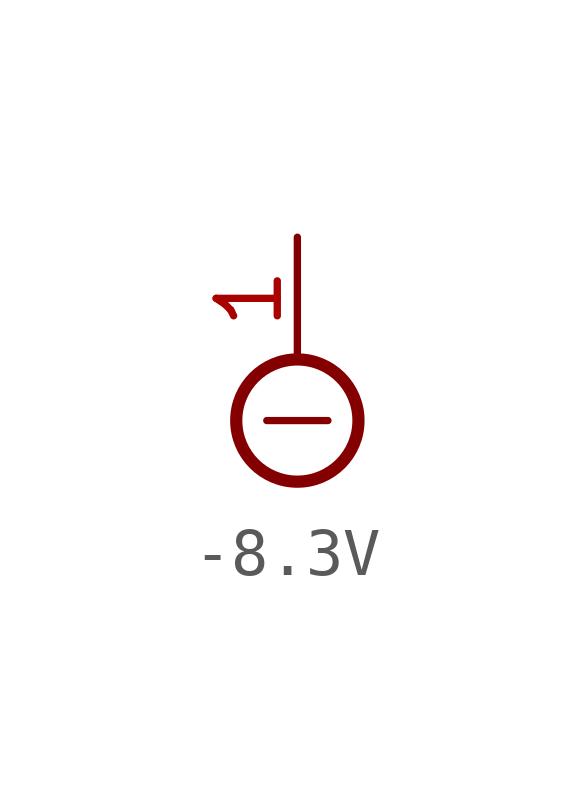
<source format=kicad_sym>
(kicad_symbol_lib
  (version 20211014)
  (generator kicad_symbol_editor)
  (symbol "-8.3V"
    (power)
    (property "Reference" "#SUPPLY"
      (at 0 0 0)
      (effects (font (size 1.27 1.27)) hide))
    (property "ki_locked" ""
      (at 0 0 0)
      (effects (font (size 1.27 1.27))))
    (symbol "-8.3V_1_0"
      (polyline (pts (xy -0.635 0) (xy 0.635 0)) (stroke (width 0.152) (type default) (color 0 0 0 0)) (fill (type none)))
      (circle (center 0 0) (radius 1.27) (stroke (width 0.254) (type default) (color 0 0 0 0)) (fill (type none)))
      (pin power_in line (at 0 3.81 270) (length 2.54) (name "-8.3V" (effects (font (size 0 0)))) (number "1" (effects (font (size 1.27 1.27))))))))
</source>
